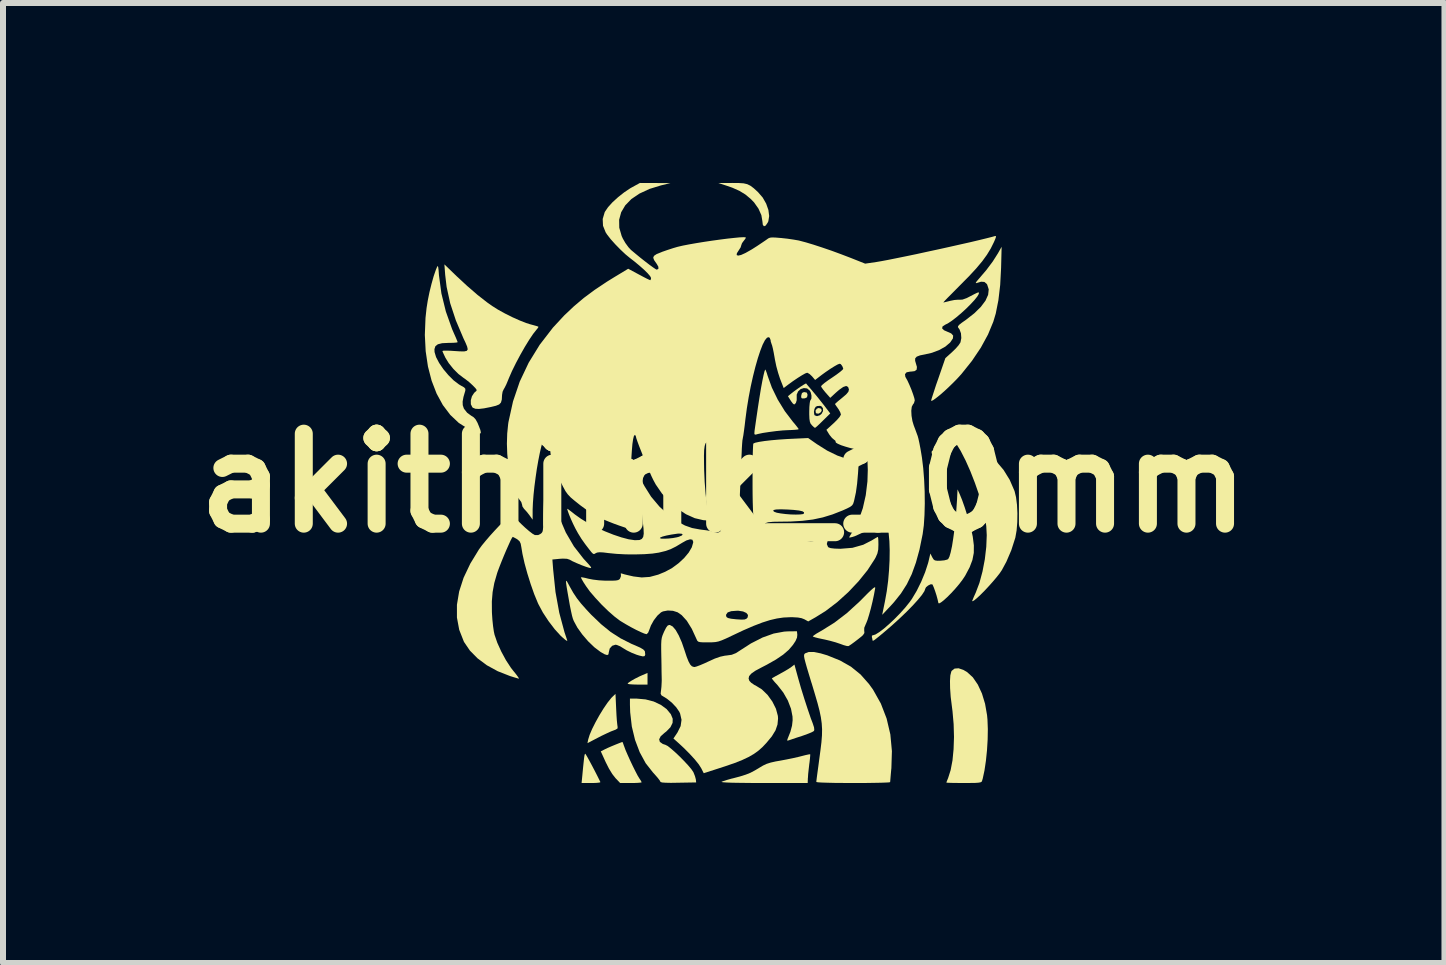
<source format=kicad_pcb>
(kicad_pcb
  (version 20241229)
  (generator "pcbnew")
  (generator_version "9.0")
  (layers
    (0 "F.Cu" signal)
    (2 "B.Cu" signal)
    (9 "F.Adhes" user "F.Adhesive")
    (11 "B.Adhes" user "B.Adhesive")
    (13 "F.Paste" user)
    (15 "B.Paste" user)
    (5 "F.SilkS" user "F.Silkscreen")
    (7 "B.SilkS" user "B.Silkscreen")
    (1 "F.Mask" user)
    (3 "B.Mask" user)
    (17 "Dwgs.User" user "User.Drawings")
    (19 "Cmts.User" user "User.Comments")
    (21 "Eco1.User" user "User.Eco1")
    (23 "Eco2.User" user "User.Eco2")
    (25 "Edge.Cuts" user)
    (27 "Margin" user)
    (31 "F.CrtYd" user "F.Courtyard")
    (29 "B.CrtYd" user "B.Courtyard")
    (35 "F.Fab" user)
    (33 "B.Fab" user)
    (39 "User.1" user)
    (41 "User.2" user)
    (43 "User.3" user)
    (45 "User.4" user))
  (footprint "akithimk_10mm"
    (layer "F.Cu")
    (at 9.014 5.001)
    (property "Reference" "akithimk_10mm" (at 0 0 0) (layer "F.SilkS") (effects (font (size 1.5 1.5) (thickness 0.3))))
    (attr board_only exclude_from_pos_files exclude_from_bom)
    (fp_poly (pts (xy 1.624 -1.238) (xy 1.634 -1.208) (xy 1.621 -1.181) (xy 1.584 -1.156) (xy 1.548 -1.158) (xy 1.535 -1.171) (xy 1.531 -1.207) (xy 1.553 -1.239) (xy 1.584 -1.25)) (stroke (width 0) (type solid)) (fill yes) (layer "F.SilkS"))
    (fp_poly (pts (xy 1.385 -1.506) (xy 1.397 -1.474) (xy 1.397 -1.465) (xy 1.389 -1.428) (xy 1.356 -1.412) (xy 1.342 -1.41) (xy 1.303 -1.41) (xy 1.291 -1.429) (xy 1.293 -1.459) (xy 1.305 -1.5) (xy 1.335 -1.514) (xy 1.348 -1.514)) (stroke (width 0) (type solid)) (fill yes) (layer "F.SilkS"))
    (fp_poly (pts (xy -1.27 3.264) (xy -1.27 3.361) (xy -1.436 3.361) (xy -1.511 3.359) (xy -1.568 3.355) (xy -1.599 3.349) (xy -1.602 3.346) (xy -1.585 3.327) (xy -1.541 3.298) (xy -1.478 3.262) (xy -1.404 3.225) (xy -1.357 3.204) (xy -1.27 3.167)) (stroke (width 0) (type solid)) (fill yes) (layer "F.SilkS"))
    (fp_poly (pts (xy 3.587 -0.559) (xy 3.586 -0.54) (xy 3.579 -0.49) (xy 3.568 -0.418) (xy 3.557 -0.342) (xy 3.524 -0.127) (xy 3.499 -0.303) (xy 3.487 -0.385) (xy 3.476 -0.454) (xy 3.468 -0.501) (xy 3.466 -0.511) (xy 3.471 -0.535) (xy 3.506 -0.55) (xy 3.521 -0.552) (xy 3.565 -0.558) (xy 3.587 -0.56)) (stroke (width 0) (type solid)) (fill yes) (layer "F.SilkS"))
    (fp_poly (pts (xy -2.296 4.53) (xy -2.27 4.574) (xy -2.235 4.638) (xy -2.193 4.716) (xy -2.149 4.8) (xy -2.107 4.882) (xy -2.07 4.957) (xy -2.055 4.987) (xy -2.07 4.994) (xy -2.115 4.999) (xy -2.182 5.002) (xy -2.208 5.002) (xy -2.369 5.002) (xy -2.356 4.87) (xy -2.344 4.742) (xy -2.334 4.648) (xy -2.327 4.583) (xy -2.321 4.543) (xy -2.315 4.521) (xy -2.309 4.514) (xy -2.308 4.513)) (stroke (width 0) (type solid)) (fill yes) (layer "F.SilkS"))
    (fp_poly (pts (xy -1.792 3.776) (xy -1.787 3.875) (xy -1.781 3.962) (xy -1.774 4.028) (xy -1.769 4.065) (xy -1.768 4.067) (xy -1.77 4.092) (xy -1.801 4.112) (xy -1.83 4.123) (xy -1.88 4.142) (xy -1.952 4.175) (xy -2.036 4.215) (xy -2.088 4.242) (xy -2.271 4.337) (xy -2.259 4.277) (xy -2.235 4.199) (xy -2.193 4.1) (xy -2.136 3.987) (xy -2.071 3.87) (xy -2.002 3.758) (xy -1.934 3.659) (xy -1.873 3.583) (xy -1.849 3.559) (xy -1.804 3.516)) (stroke (width 0) (type solid)) (fill yes) (layer "F.SilkS"))
    (fp_poly (pts (xy 0.252 -5) (xy 0.331 -4.995) (xy 0.392 -4.981) (xy 0.445 -4.955) (xy 0.5 -4.914) (xy 0.567 -4.853) (xy 0.573 -4.847) (xy 0.65 -4.758) (xy 0.708 -4.656) (xy 0.745 -4.551) (xy 0.758 -4.45) (xy 0.744 -4.362) (xy 0.734 -4.341) (xy 0.7 -4.291) (xy 0.671 -4.279) (xy 0.652 -4.304) (xy 0.645 -4.363) (xy 0.628 -4.464) (xy 0.58 -4.572) (xy 0.507 -4.676) (xy 0.451 -4.734) (xy 0.361 -4.809) (xy 0.263 -4.869) (xy 0.144 -4.922) (xy 0.049 -4.955) (xy -0.088 -5) (xy 0.144 -5.001)) (stroke (width 0) (type solid)) (fill yes) (layer "F.SilkS"))
    (fp_poly (pts (xy -1.679 4.335) (xy -1.665 4.376) (xy -1.659 4.391) (xy -1.637 4.451) (xy -1.602 4.532) (xy -1.56 4.625) (xy -1.515 4.72) (xy -1.471 4.808) (xy -1.434 4.879) (xy -1.408 4.922) (xy -1.381 4.963) (xy -1.368 4.988) (xy -1.368 4.99) (xy -1.386 4.995) (xy -1.434 4.999) (xy -1.505 5.002) (xy -1.547 5.002) (xy -1.726 5.002) (xy -1.806 4.918) (xy -1.858 4.851) (xy -1.914 4.759) (xy -1.967 4.654) (xy -1.967 4.654) (xy -2.049 4.474) (xy -1.974 4.436) (xy -1.932 4.416) (xy -1.872 4.39) (xy -1.807 4.363) (xy -1.747 4.339) (xy -1.703 4.322) (xy -1.687 4.318)) (stroke (width 0) (type solid)) (fill yes) (layer "F.SilkS"))
    (fp_poly (pts (xy 0.701 -1.878) (xy 0.717 -1.836) (xy 0.733 -1.784) (xy 0.803 -1.59) (xy 0.901 -1.389) (xy 1.019 -1.197) (xy 1.149 -1.026) (xy 1.197 -0.969) (xy 1.232 -0.924) (xy 1.25 -0.899) (xy 1.25 -0.897) (xy 1.232 -0.891) (xy 1.184 -0.886) (xy 1.115 -0.882) (xy 1.081 -0.881) (xy 0.986 -0.876) (xy 0.875 -0.865) (xy 0.76 -0.85) (xy 0.654 -0.834) (xy 0.569 -0.816) (xy 0.541 -0.808) (xy 0.519 -0.806) (xy 0.511 -0.822) (xy 0.514 -0.866) (xy 0.516 -0.882) (xy 0.544 -1.078) (xy 0.571 -1.262) (xy 0.597 -1.429) (xy 0.621 -1.576) (xy 0.644 -1.7) (xy 0.664 -1.796) (xy 0.68 -1.861) (xy 0.692 -1.891) (xy 0.693 -1.891)) (stroke (width 0) (type solid)) (fill yes) (layer "F.SilkS"))
    (fp_poly (pts (xy 1.442 4.523) (xy 1.442 4.543) (xy 1.438 4.593) (xy 1.43 4.662) (xy 1.427 4.682) (xy 1.417 4.769) (xy 1.408 4.852) (xy 1.404 4.916) (xy 1.403 4.919) (xy 1.4 5.002) (xy 0.666 5.001) (xy 0.453 5.001) (xy 0.279 4.999) (xy 0.144 4.997) (xy 0.046 4.993) (xy -0.014 4.989) (xy -0.036 4.984) (xy -0.035 4.981) (xy -0.001 4.968) (xy 0.059 4.949) (xy 0.134 4.928) (xy 0.152 4.924) (xy 0.273 4.892) (xy 0.368 4.862) (xy 0.448 4.83) (xy 0.523 4.79) (xy 0.593 4.748) (xy 0.657 4.71) (xy 0.717 4.682) (xy 0.783 4.661) (xy 0.867 4.642) (xy 0.942 4.629) (xy 1.048 4.609) (xy 1.156 4.587) (xy 1.252 4.565) (xy 1.299 4.553) (xy 1.366 4.536) (xy 1.417 4.525) (xy 1.441 4.522)) (stroke (width 0) (type solid)) (fill yes) (layer "F.SilkS"))
    (fp_poly (pts (xy 1.242 3.257) (xy 1.289 3.421) (xy 1.343 3.595) (xy 1.399 3.767) (xy 1.452 3.923) (xy 1.483 4.004) (xy 1.506 4.074) (xy 1.51 4.118) (xy 1.503 4.135) (xy 1.476 4.151) (xy 1.421 4.175) (xy 1.348 4.202) (xy 1.303 4.218) (xy 1.221 4.244) (xy 1.15 4.268) (xy 1.1 4.285) (xy 1.086 4.29) (xy 1.059 4.296) (xy 1.061 4.277) (xy 1.064 4.268) (xy 1.112 4.147) (xy 1.139 4.046) (xy 1.149 3.955) (xy 1.147 3.893) (xy 1.122 3.764) (xy 1.069 3.626) (xy 0.993 3.493) (xy 0.901 3.375) (xy 0.897 3.37) (xy 0.849 3.318) (xy 0.816 3.278) (xy 0.803 3.257) (xy 0.803 3.256) (xy 0.823 3.245) (xy 0.868 3.219) (xy 0.93 3.186) (xy 0.947 3.176) (xy 1.019 3.136) (xy 1.084 3.097) (xy 1.128 3.067) (xy 1.131 3.065) (xy 1.179 3.027)) (stroke (width 0) (type solid)) (fill yes) (layer "F.SilkS"))
    (fp_poly (pts (xy 2.526 1.744) (xy 2.525 1.755) (xy 2.505 1.864) (xy 2.48 1.98) (xy 2.452 2.095) (xy 2.423 2.199) (xy 2.397 2.283) (xy 2.375 2.339) (xy 2.373 2.342) (xy 2.343 2.414) (xy 2.342 2.465) (xy 2.343 2.467) (xy 2.345 2.501) (xy 2.322 2.536) (xy 2.297 2.559) (xy 2.243 2.602) (xy 2.182 2.649) (xy 2.126 2.69) (xy 2.085 2.717) (xy 2.081 2.719) (xy 2.054 2.718) (xy 2.002 2.704) (xy 1.944 2.683) (xy 1.867 2.657) (xy 1.77 2.63) (xy 1.672 2.607) (xy 1.656 2.604) (xy 1.58 2.588) (xy 1.522 2.573) (xy 1.489 2.561) (xy 1.485 2.557) (xy 1.501 2.542) (xy 1.543 2.513) (xy 1.605 2.477) (xy 1.632 2.462) (xy 1.845 2.329) (xy 2.053 2.17) (xy 2.263 1.978) (xy 2.317 1.924) (xy 2.399 1.841) (xy 2.458 1.784) (xy 2.497 1.751) (xy 2.518 1.738)) (stroke (width 0) (type solid)) (fill yes) (layer "F.SilkS"))
    (fp_poly (pts (xy 3.995 3.116) (xy 4.057 3.152) (xy 4.153 3.24) (xy 4.236 3.361) (xy 4.305 3.51) (xy 4.357 3.681) (xy 4.39 3.87) (xy 4.397 3.945) (xy 4.403 4.103) (xy 4.4 4.277) (xy 4.389 4.457) (xy 4.371 4.632) (xy 4.347 4.793) (xy 4.318 4.928) (xy 4.306 4.968) (xy 4.299 4.981) (xy 4.281 4.99) (xy 4.248 4.996) (xy 4.193 5) (xy 4.11 5.001) (xy 4.004 5.002) (xy 3.902 5.001) (xy 3.816 5) (xy 3.752 4.998) (xy 3.717 4.996) (xy 3.712 4.994) (xy 3.719 4.973) (xy 3.736 4.931) (xy 3.741 4.919) (xy 3.783 4.787) (xy 3.814 4.624) (xy 3.832 4.438) (xy 3.839 4.234) (xy 3.833 4.021) (xy 3.814 3.804) (xy 3.804 3.726) (xy 3.784 3.566) (xy 3.774 3.422) (xy 3.772 3.301) (xy 3.778 3.207) (xy 3.794 3.144) (xy 3.801 3.131) (xy 3.849 3.094) (xy 3.915 3.089)) (stroke (width 0) (type solid)) (fill yes) (layer "F.SilkS"))
    (fp_poly (pts (xy -1.302 3.608) (xy -1.167 3.643) (xy -1.048 3.699) (xy -0.951 3.77) (xy -0.881 3.855) (xy -0.85 3.931) (xy -0.852 3.999) (xy -0.888 4.072) (xy -0.956 4.142) (xy -0.988 4.167) (xy -1.05 4.222) (xy -1.076 4.273) (xy -1.064 4.317) (xy -1.015 4.351) (xy -0.972 4.365) (xy -0.935 4.384) (xy -0.879 4.428) (xy -0.81 4.488) (xy -0.736 4.558) (xy -0.662 4.633) (xy -0.594 4.706) (xy -0.54 4.77) (xy -0.506 4.82) (xy -0.502 4.829) (xy -0.479 4.887) (xy -0.465 4.939) (xy -0.464 4.946) (xy -0.459 4.992) (xy -0.757 4.997) (xy -0.881 4.999) (xy -0.969 4.997) (xy -1.025 4.993) (xy -1.052 4.985) (xy -1.055 4.98) (xy -1.068 4.957) (xy -1.102 4.913) (xy -1.151 4.857) (xy -1.181 4.824) (xy -1.301 4.671) (xy -1.4 4.489) (xy -1.478 4.283) (xy -1.532 4.059) (xy -1.559 3.822) (xy -1.563 3.698) (xy -1.563 3.595) (xy -1.447 3.595)) (stroke (width 0) (type solid)) (fill yes) (layer "F.SilkS"))
    (fp_poly (pts (xy -2.611 1.645) (xy -2.591 1.681) (xy -2.564 1.731) (xy -2.507 1.832) (xy -2.447 1.922) (xy -2.378 2.01) (xy -2.292 2.107) (xy -2.21 2.195) (xy -2.044 2.354) (xy -1.884 2.484) (xy -1.719 2.59) (xy -1.539 2.681) (xy -1.475 2.708) (xy -1.392 2.745) (xy -1.341 2.775) (xy -1.316 2.802) (xy -1.313 2.813) (xy -1.308 2.861) (xy -1.318 2.886) (xy -1.347 2.891) (xy -1.404 2.878) (xy -1.45 2.864) (xy -1.533 2.831) (xy -1.615 2.791) (xy -1.668 2.759) (xy -1.726 2.723) (xy -1.779 2.701) (xy -1.803 2.696) (xy -1.859 2.714) (xy -1.9 2.759) (xy -1.915 2.82) (xy -1.921 2.857) (xy -1.942 2.869) (xy -1.984 2.856) (xy -2.051 2.818) (xy -2.054 2.816) (xy -2.156 2.739) (xy -2.26 2.639) (xy -2.357 2.526) (xy -2.44 2.41) (xy -2.499 2.301) (xy -2.514 2.263) (xy -2.528 2.214) (xy -2.545 2.137) (xy -2.564 2.044) (xy -2.579 1.959) (xy -2.602 1.829) (xy -2.618 1.734) (xy -2.627 1.671) (xy -2.629 1.637) (xy -2.624 1.63)) (stroke (width 0) (type solid)) (fill yes) (layer "F.SilkS"))
    (fp_poly (pts (xy 1.615 2.84) (xy 1.726 2.873) (xy 1.939 2.959) (xy 2.122 3.063) (xy 2.281 3.192) (xy 2.42 3.349) (xy 2.49 3.446) (xy 2.62 3.678) (xy 2.716 3.927) (xy 2.778 4.192) (xy 2.804 4.47) (xy 2.795 4.758) (xy 2.794 4.763) (xy 2.786 4.85) (xy 2.78 4.922) (xy 2.776 4.971) (xy 2.774 4.987) (xy 2.756 4.991) (xy 2.703 4.994) (xy 2.62 4.997) (xy 2.512 4.999) (xy 2.383 5.001) (xy 2.239 5.002) (xy 2.159 5.002) (xy 1.996 5.001) (xy 1.853 5) (xy 1.732 4.997) (xy 1.638 4.994) (xy 1.574 4.99) (xy 1.545 4.985) (xy 1.544 4.984) (xy 1.546 4.96) (xy 1.553 4.903) (xy 1.564 4.821) (xy 1.578 4.719) (xy 1.592 4.611) (xy 1.613 4.455) (xy 1.629 4.323) (xy 1.638 4.21) (xy 1.64 4.107) (xy 1.634 4.008) (xy 1.62 3.907) (xy 1.597 3.796) (xy 1.564 3.669) (xy 1.52 3.518) (xy 1.466 3.338) (xy 1.461 3.324) (xy 1.418 3.182) (xy 1.385 3.072) (xy 1.362 2.99) (xy 1.347 2.932) (xy 1.34 2.893) (xy 1.34 2.868) (xy 1.345 2.853) (xy 1.355 2.842) (xy 1.358 2.84) (xy 1.416 2.818) (xy 1.501 2.818)) (stroke (width 0) (type solid)) (fill yes) (layer "F.SilkS"))
    (fp_poly (pts (xy 3.898 -0.859) (xy 3.899 -0.858) (xy 3.929 -0.833) (xy 3.984 -0.792) (xy 4.058 -0.739) (xy 4.144 -0.68) (xy 4.182 -0.655) (xy 4.377 -0.514) (xy 4.536 -0.37) (xy 4.665 -0.218) (xy 4.767 -0.053) (xy 4.846 0.129) (xy 4.849 0.137) (xy 4.873 0.237) (xy 4.889 0.363) (xy 4.896 0.505) (xy 4.894 0.651) (xy 4.883 0.789) (xy 4.862 0.909) (xy 4.857 0.926) (xy 4.794 1.122) (xy 4.712 1.313) (xy 4.637 1.452) (xy 4.599 1.508) (xy 4.546 1.575) (xy 4.483 1.649) (xy 4.415 1.725) (xy 4.346 1.799) (xy 4.28 1.865) (xy 4.222 1.919) (xy 4.177 1.956) (xy 4.149 1.972) (xy 4.142 1.967) (xy 4.15 1.947) (xy 4.169 1.9) (xy 4.197 1.838) (xy 4.201 1.829) (xy 4.263 1.666) (xy 4.314 1.476) (xy 4.353 1.272) (xy 4.377 1.066) (xy 4.385 0.87) (xy 4.377 0.719) (xy 4.353 0.561) (xy 4.311 0.383) (xy 4.255 0.192) (xy 4.187 -0.003) (xy 4.112 -0.195) (xy 4.032 -0.375) (xy 3.95 -0.535) (xy 3.869 -0.667) (xy 3.847 -0.698) (xy 3.806 -0.755) (xy 3.787 -0.793) (xy 3.784 -0.822) (xy 3.794 -0.849) (xy 3.822 -0.89) (xy 3.856 -0.893)) (stroke (width 0) (type solid)) (fill yes) (layer "F.SilkS"))
    (fp_poly (pts (xy 4.624 -3.585) (xy 4.609 -3.3) (xy 4.579 -3.046) (xy 4.535 -2.824) (xy 4.494 -2.687) (xy 4.406 -2.475) (xy 4.286 -2.255) (xy 4.138 -2.035) (xy 3.966 -1.82) (xy 3.902 -1.749) (xy 3.832 -1.677) (xy 3.757 -1.604) (xy 3.681 -1.533) (xy 3.609 -1.47) (xy 3.545 -1.419) (xy 3.496 -1.383) (xy 3.466 -1.368) (xy 3.458 -1.372) (xy 3.464 -1.398) (xy 3.482 -1.455) (xy 3.508 -1.535) (xy 3.54 -1.634) (xy 3.577 -1.739) (xy 3.695 -2.081) (xy 3.808 -2.183) (xy 3.867 -2.24) (xy 3.916 -2.296) (xy 3.945 -2.341) (xy 3.947 -2.344) (xy 3.961 -2.416) (xy 3.955 -2.495) (xy 3.93 -2.562) (xy 3.917 -2.579) (xy 3.905 -2.597) (xy 3.907 -2.614) (xy 3.926 -2.637) (xy 3.969 -2.671) (xy 4.039 -2.72) (xy 4.178 -2.829) (xy 4.287 -2.936) (xy 4.364 -3.039) (xy 4.408 -3.137) (xy 4.418 -3.227) (xy 4.392 -3.307) (xy 4.384 -3.319) (xy 4.346 -3.351) (xy 4.291 -3.355) (xy 4.214 -3.332) (xy 4.211 -3.331) (xy 4.201 -3.334) (xy 4.217 -3.361) (xy 4.259 -3.41) (xy 4.26 -3.411) (xy 4.377 -3.548) (xy 4.485 -3.692) (xy 4.572 -3.829) (xy 4.573 -3.831) (xy 4.633 -3.937)) (stroke (width 0) (type solid)) (fill yes) (layer "F.SilkS"))
    (fp_poly (pts (xy 1.388 -1.641) (xy 1.422 -1.601) (xy 1.468 -1.547) (xy 1.487 -1.524) (xy 1.553 -1.445) (xy 1.623 -1.357) (xy 1.684 -1.28) (xy 1.685 -1.278) (xy 1.776 -1.159) (xy 1.654 -1.039) (xy 1.599 -0.985) (xy 1.554 -0.943) (xy 1.526 -0.921) (xy 1.522 -0.918) (xy 1.503 -0.931) (xy 1.47 -0.962) (xy 1.469 -0.964) (xy 1.448 -0.99) (xy 1.436 -1.023) (xy 1.429 -1.071) (xy 1.426 -1.144) (xy 1.426 -1.185) (xy 1.504 -1.185) (xy 1.51 -1.14) (xy 1.517 -1.127) (xy 1.555 -1.114) (xy 1.601 -1.128) (xy 1.63 -1.151) (xy 1.656 -1.199) (xy 1.654 -1.246) (xy 1.628 -1.279) (xy 1.606 -1.286) (xy 1.558 -1.282) (xy 1.533 -1.269) (xy 1.513 -1.234) (xy 1.504 -1.185) (xy 1.426 -1.185) (xy 1.426 -1.187) (xy 1.428 -1.267) (xy 1.434 -1.331) (xy 1.441 -1.37) (xy 1.446 -1.377) (xy 1.462 -1.408) (xy 1.463 -1.458) (xy 1.45 -1.512) (xy 1.435 -1.539) (xy 1.39 -1.576) (xy 1.336 -1.582) (xy 1.283 -1.565) (xy 1.24 -1.526) (xy 1.217 -1.473) (xy 1.217 -1.436) (xy 1.217 -1.38) (xy 1.203 -1.333) (xy 1.179 -1.31) (xy 1.173 -1.309) (xy 1.153 -1.324) (xy 1.124 -1.362) (xy 1.114 -1.378) (xy 1.071 -1.446) (xy 1.117 -1.484) (xy 1.165 -1.522) (xy 1.223 -1.564) (xy 1.281 -1.605) (xy 1.331 -1.637) (xy 1.365 -1.656) (xy 1.374 -1.659)) (stroke (width 0) (type solid)) (fill yes) (layer "F.SilkS"))
    (fp_poly (pts (xy -4.759 -3.596) (xy -4.753 -3.548) (xy -4.747 -3.466) (xy -4.746 -3.458) (xy -4.706 -3.16) (xy -4.632 -2.859) (xy -4.528 -2.566) (xy -4.495 -2.49) (xy -4.466 -2.425) (xy -4.445 -2.374) (xy -4.435 -2.348) (xy -4.435 -2.347) (xy -4.453 -2.341) (xy -4.501 -2.337) (xy -4.569 -2.335) (xy -4.59 -2.335) (xy -4.694 -2.33) (xy -4.765 -2.312) (xy -4.806 -2.28) (xy -4.822 -2.231) (xy -4.82 -2.182) (xy -4.795 -2.098) (xy -4.744 -2.001) (xy -4.674 -1.898) (xy -4.591 -1.799) (xy -4.503 -1.711) (xy -4.415 -1.644) (xy -4.38 -1.623) (xy -4.328 -1.594) (xy -4.307 -1.57) (xy -4.307 -1.543) (xy -4.308 -1.537) (xy -4.338 -1.434) (xy -4.352 -1.357) (xy -4.35 -1.297) (xy -4.333 -1.245) (xy -4.327 -1.234) (xy -4.277 -1.171) (xy -4.212 -1.123) (xy -4.168 -1.095) (xy -4.135 -1.059) (xy -4.104 -1.003) (xy -4.083 -0.952) (xy -4.057 -0.885) (xy -4.048 -0.842) (xy -4.058 -0.823) (xy -4.092 -0.825) (xy -4.153 -0.849) (xy -4.244 -0.893) (xy -4.253 -0.898) (xy -4.415 -1) (xy -4.558 -1.135) (xy -4.682 -1.299) (xy -4.786 -1.49) (xy -4.869 -1.705) (xy -4.93 -1.941) (xy -4.968 -2.196) (xy -4.982 -2.467) (xy -4.971 -2.75) (xy -4.953 -2.917) (xy -4.933 -3.042) (xy -4.905 -3.18) (xy -4.871 -3.318) (xy -4.835 -3.446) (xy -4.799 -3.551) (xy -4.785 -3.585) (xy -4.774 -3.61) (xy -4.765 -3.615)) (stroke (width 0) (type solid)) (fill yes) (layer "F.SilkS"))
    (fp_poly (pts (xy -4.453 -3.448) (xy -4.276 -3.284) (xy -4.105 -3.136) (xy -3.945 -3.011) (xy -3.859 -2.95) (xy -3.762 -2.889) (xy -3.646 -2.825) (xy -3.522 -2.763) (xy -3.401 -2.709) (xy -3.294 -2.667) (xy -3.232 -2.647) (xy -3.165 -2.629) (xy -3.113 -2.614) (xy -3.089 -2.605) (xy -3.089 -2.605) (xy -3.094 -2.588) (xy -3.12 -2.556) (xy -3.121 -2.555) (xy -3.177 -2.484) (xy -3.243 -2.386) (xy -3.316 -2.267) (xy -3.391 -2.135) (xy -3.464 -1.998) (xy -3.53 -1.864) (xy -3.584 -1.74) (xy -3.596 -1.71) (xy -3.624 -1.643) (xy -3.651 -1.589) (xy -3.667 -1.562) (xy -3.686 -1.521) (xy -3.695 -1.466) (xy -3.695 -1.464) (xy -3.699 -1.39) (xy -3.713 -1.341) (xy -3.743 -1.309) (xy -3.797 -1.287) (xy -3.879 -1.267) (xy -3.995 -1.244) (xy -4.08 -1.234) (xy -4.139 -1.237) (xy -4.179 -1.253) (xy -4.19 -1.262) (xy -4.215 -1.312) (xy -4.216 -1.377) (xy -4.197 -1.445) (xy -4.16 -1.502) (xy -4.141 -1.519) (xy -4.121 -1.536) (xy -4.119 -1.553) (xy -4.138 -1.58) (xy -4.181 -1.624) (xy -4.186 -1.629) (xy -4.245 -1.683) (xy -4.308 -1.732) (xy -4.34 -1.754) (xy -4.422 -1.817) (xy -4.507 -1.902) (xy -4.584 -1.998) (xy -4.639 -2.087) (xy -4.666 -2.144) (xy -4.685 -2.186) (xy -4.689 -2.2) (xy -4.671 -2.205) (xy -4.623 -2.206) (xy -4.553 -2.204) (xy -4.508 -2.201) (xy -4.399 -2.194) (xy -4.325 -2.193) (xy -4.282 -2.203) (xy -4.267 -2.228) (xy -4.277 -2.274) (xy -4.306 -2.343) (xy -4.338 -2.41) (xy -4.465 -2.71) (xy -4.559 -2.995) (xy -4.619 -3.269) (xy -4.643 -3.471) (xy -4.656 -3.644)) (stroke (width 0) (type solid)) (fill yes) (layer "F.SilkS"))
    (fp_poly (pts (xy 3.934 0.186) (xy 3.974 0.284) (xy 4.018 0.408) (xy 4.062 0.546) (xy 4.102 0.684) (xy 4.134 0.81) (xy 4.152 0.896) (xy 4.17 1.04) (xy 4.169 1.166) (xy 4.146 1.284) (xy 4.1 1.405) (xy 4.028 1.541) (xy 4.021 1.553) (xy 3.978 1.617) (xy 3.923 1.689) (xy 3.86 1.763) (xy 3.793 1.836) (xy 3.728 1.901) (xy 3.669 1.955) (xy 3.621 1.992) (xy 3.59 2.008) (xy 3.579 2.002) (xy 3.566 1.943) (xy 3.547 1.873) (xy 3.524 1.802) (xy 3.502 1.741) (xy 3.484 1.7) (xy 3.476 1.689) (xy 3.447 1.69) (xy 3.407 1.71) (xy 3.373 1.738) (xy 3.361 1.761) (xy 3.346 1.803) (xy 3.304 1.867) (xy 3.238 1.947) (xy 3.152 2.042) (xy 3.048 2.148) (xy 2.931 2.26) (xy 2.802 2.377) (xy 2.667 2.493) (xy 2.59 2.557) (xy 2.537 2.599) (xy 2.505 2.623) (xy 2.488 2.631) (xy 2.482 2.627) (xy 2.481 2.622) (xy 2.475 2.587) (xy 2.47 2.571) (xy 2.471 2.544) (xy 2.484 2.54) (xy 2.529 2.526) (xy 2.594 2.486) (xy 2.673 2.426) (xy 2.76 2.35) (xy 2.852 2.263) (xy 2.943 2.17) (xy 3.028 2.075) (xy 3.1 1.985) (xy 3.137 1.933) (xy 3.217 1.799) (xy 3.293 1.645) (xy 3.358 1.487) (xy 3.406 1.339) (xy 3.414 1.309) (xy 3.445 1.176) (xy 3.476 1.238) (xy 3.497 1.273) (xy 3.521 1.291) (xy 3.562 1.297) (xy 3.612 1.296) (xy 3.677 1.29) (xy 3.727 1.277) (xy 3.743 1.267) (xy 3.763 1.228) (xy 3.784 1.155) (xy 3.806 1.053) (xy 3.826 0.926) (xy 3.846 0.78) (xy 3.864 0.62) (xy 3.878 0.449) (xy 3.89 0.274) (xy 3.893 0.205) (xy 3.898 0.107)) (stroke (width 0) (type solid)) (fill yes) (layer "F.SilkS"))
    (fp_poly (pts (xy -0.896 2.368) (xy -0.85 2.393) (xy -0.8 2.452) (xy -0.749 2.542) (xy -0.698 2.658) (xy -0.654 2.786) (xy -0.617 2.898) (xy -0.586 2.976) (xy -0.558 3.027) (xy -0.53 3.056) (xy -0.498 3.067) (xy -0.485 3.068) (xy -0.451 3.059) (xy -0.392 3.037) (xy -0.317 3.005) (xy -0.257 2.977) (xy -0.147 2.927) (xy -0.058 2.896) (xy 0.02 2.879) (xy 0.049 2.876) (xy 0.134 2.864) (xy 0.202 2.837) (xy 0.254 2.804) (xy 0.454 2.675) (xy 0.648 2.576) (xy 0.833 2.51) (xy 1.006 2.478) (xy 1.065 2.474) (xy 1.221 2.472) (xy 1.227 2.531) (xy 1.222 2.578) (xy 1.197 2.635) (xy 1.154 2.7) (xy 1.084 2.782) (xy 0.991 2.862) (xy 0.87 2.944) (xy 0.718 3.03) (xy 0.629 3.076) (xy 0.528 3.13) (xy 0.461 3.177) (xy 0.424 3.219) (xy 0.415 3.26) (xy 0.428 3.299) (xy 0.459 3.331) (xy 0.51 3.366) (xy 0.533 3.377) (xy 0.636 3.441) (xy 0.731 3.533) (xy 0.811 3.644) (xy 0.871 3.764) (xy 0.903 3.883) (xy 0.906 3.927) (xy 0.897 4.026) (xy 0.864 4.123) (xy 0.803 4.223) (xy 0.713 4.332) (xy 0.645 4.404) (xy 0.576 4.465) (xy 0.5 4.519) (xy 0.413 4.569) (xy 0.309 4.618) (xy 0.183 4.668) (xy 0.03 4.721) (xy -0.152 4.78) (xy -0.333 4.838) (xy -0.375 4.755) (xy -0.415 4.692) (xy -0.48 4.611) (xy -0.564 4.519) (xy -0.66 4.422) (xy -0.746 4.342) (xy -0.838 4.26) (xy -0.771 4.16) (xy -0.718 4.053) (xy -0.703 3.948) (xy -0.727 3.843) (xy -0.741 3.813) (xy -0.792 3.739) (xy -0.865 3.662) (xy -0.947 3.596) (xy -0.997 3.565) (xy -1.037 3.541) (xy -1.051 3.513) (xy -1.046 3.466) (xy -1.045 3.462) (xy -1.038 3.398) (xy -1.034 3.32) (xy -1.033 3.287) (xy -1.034 3.231) (xy -1.036 3.145) (xy -1.037 3.041) (xy -1.039 2.928) (xy -1.04 2.887) (xy -1.042 2.772) (xy -1.042 2.688) (xy -1.039 2.627) (xy -1.032 2.581) (xy -1.02 2.541) (xy -1.003 2.5) (xy -0.992 2.475) (xy -0.96 2.412) (xy -0.935 2.378) (xy -0.91 2.367)) (stroke (width 0) (type solid)) (fill yes) (layer "F.SilkS"))
    (fp_poly (pts (xy -2.937 -0.08) (xy -2.915 -0.031) (xy -2.889 0.04) (xy -2.862 0.128) (xy -2.836 0.224) (xy -2.814 0.313) (xy -2.739 0.576) (xy -2.632 0.826) (xy -2.497 1.057) (xy -2.337 1.262) (xy -2.317 1.284) (xy -2.258 1.348) (xy -2.222 1.39) (xy -2.209 1.412) (xy -2.215 1.419) (xy -2.238 1.415) (xy -2.239 1.415) (xy -2.297 1.397) (xy -2.373 1.369) (xy -2.454 1.335) (xy -2.524 1.303) (xy -2.567 1.279) (xy -2.612 1.264) (xy -2.682 1.261) (xy -2.732 1.264) (xy -2.856 1.276) (xy -2.843 1.444) (xy -2.804 1.818) (xy -2.741 2.164) (xy -2.654 2.488) (xy -2.607 2.628) (xy -2.613 2.633) (xy -2.642 2.614) (xy -2.687 2.575) (xy -2.715 2.55) (xy -2.817 2.438) (xy -2.92 2.303) (xy -3.014 2.16) (xy -3.088 2.022) (xy -3.097 2.003) (xy -3.159 1.853) (xy -3.218 1.685) (xy -3.273 1.509) (xy -3.32 1.338) (xy -3.355 1.181) (xy -3.372 1.078) (xy -3.384 1.012) (xy -3.403 0.972) (xy -3.436 0.943) (xy -3.446 0.936) (xy -3.489 0.912) (xy -3.515 0.899) (xy -3.517 0.899) (xy -3.53 0.916) (xy -3.554 0.962) (xy -3.585 1.031) (xy -3.623 1.116) (xy -3.662 1.208) (xy -3.701 1.303) (xy -3.736 1.392) (xy -3.765 1.469) (xy -3.777 1.504) (xy -3.824 1.667) (xy -3.852 1.818) (xy -3.865 1.973) (xy -3.864 2.147) (xy -3.863 2.171) (xy -3.856 2.278) (xy -3.845 2.384) (xy -3.832 2.474) (xy -3.82 2.53) (xy -3.774 2.664) (xy -3.708 2.81) (xy -3.63 2.954) (xy -3.547 3.081) (xy -3.508 3.131) (xy -3.461 3.189) (xy -3.428 3.234) (xy -3.413 3.259) (xy -3.414 3.262) (xy -3.439 3.256) (xy -3.49 3.241) (xy -3.557 3.22) (xy -3.566 3.217) (xy -3.767 3.138) (xy -3.948 3.039) (xy -4.104 2.923) (xy -4.231 2.794) (xy -4.325 2.656) (xy -4.333 2.641) (xy -4.409 2.447) (xy -4.447 2.243) (xy -4.447 2.03) (xy -4.41 1.809) (xy -4.336 1.58) (xy -4.224 1.344) (xy -4.08 1.108) (xy -4.031 1.041) (xy -3.967 0.963) (xy -3.894 0.878) (xy -3.816 0.792) (xy -3.739 0.71) (xy -3.666 0.637) (xy -3.604 0.579) (xy -3.557 0.541) (xy -3.531 0.528) (xy -3.504 0.543) (xy -3.471 0.578) (xy -3.468 0.583) (xy -3.429 0.63) (xy -3.372 0.687) (xy -3.308 0.747) (xy -3.243 0.803) (xy -3.187 0.846) (xy -3.149 0.868) (xy -3.147 0.869) (xy -3.092 0.868) (xy -3.057 0.851) (xy -3.036 0.835) (xy -3.022 0.815) (xy -3.014 0.784) (xy -3.01 0.732) (xy -3.009 0.653) (xy -3.009 0.61) (xy -3.008 0.52) (xy -3.004 0.416) (xy -2.997 0.307) (xy -2.99 0.198) (xy -2.981 0.097) (xy -2.972 0.01) (xy -2.964 -0.055) (xy -2.956 -0.092) (xy -2.952 -0.098)) (stroke (width 0) (type solid)) (fill yes) (layer "F.SilkS"))
    (fp_poly (pts (xy 1.554 -0.647) (xy 1.724 -0.54) (xy 1.894 -0.457) (xy 2.054 -0.401) (xy 2.118 -0.387) (xy 2.252 -0.361) (xy 2.239 -0.16) (xy 2.224 0.011) (xy 2.204 0.157) (xy 2.175 0.29) (xy 2.169 0.313) (xy 2.157 0.349) (xy 2.139 0.375) (xy 2.107 0.399) (xy 2.054 0.426) (xy 1.978 0.46) (xy 1.812 0.525) (xy 1.652 0.574) (xy 1.488 0.609) (xy 1.311 0.631) (xy 1.112 0.643) (xy 0.95 0.645) (xy 0.826 0.647) (xy 0.742 0.655) (xy 0.695 0.67) (xy 0.687 0.693) (xy 0.716 0.725) (xy 0.782 0.768) (xy 0.885 0.824) (xy 0.906 0.834) (xy 1.098 0.915) (xy 1.279 0.961) (xy 1.451 0.971) (xy 1.489 0.969) (xy 1.563 0.96) (xy 1.628 0.95) (xy 1.664 0.941) (xy 1.718 0.924) (xy 1.768 0.911) (xy 1.827 0.899) (xy 1.773 0.929) (xy 1.732 0.968) (xy 1.719 1.018) (xy 1.738 1.064) (xy 1.748 1.074) (xy 1.782 1.086) (xy 1.849 1.094) (xy 1.939 1.097) (xy 1.948 1.097) (xy 2.146 1.081) (xy 2.326 1.03) (xy 2.467 0.958) (xy 2.52 0.926) (xy 2.558 0.904) (xy 2.57 0.899) (xy 2.575 0.917) (xy 2.578 0.963) (xy 2.579 1.029) (xy 2.579 1.029) (xy 2.576 1.111) (xy 2.562 1.175) (xy 2.533 1.241) (xy 2.518 1.268) (xy 2.398 1.453) (xy 2.248 1.639) (xy 2.077 1.82) (xy 1.891 1.988) (xy 1.698 2.135) (xy 1.531 2.239) (xy 1.409 2.308) (xy 1.344 2.272) (xy 1.298 2.254) (xy 1.238 2.243) (xy 1.153 2.238) (xy 1.104 2.238) (xy 0.996 2.243) (xy 0.887 2.259) (xy 0.771 2.286) (xy 0.642 2.327) (xy 0.497 2.383) (xy 0.328 2.456) (xy 0.133 2.548) (xy 0.038 2.593) (xy -0.032 2.623) (xy -0.087 2.642) (xy -0.137 2.652) (xy -0.191 2.656) (xy -0.261 2.657) (xy -0.263 2.657) (xy -0.344 2.657) (xy -0.395 2.653) (xy -0.424 2.645) (xy -0.441 2.629) (xy -0.453 2.603) (xy -0.532 2.431) (xy -0.615 2.297) (xy -0.696 2.208) (xy 0.039 2.208) (xy 0.046 2.234) (xy 0.071 2.251) (xy 0.122 2.263) (xy 0.204 2.272) (xy 0.215 2.273) (xy 0.295 2.278) (xy 0.346 2.276) (xy 0.377 2.265) (xy 0.397 2.244) (xy 0.399 2.241) (xy 0.405 2.201) (xy 0.378 2.167) (xy 0.323 2.142) (xy 0.246 2.13) (xy 0.221 2.13) (xy 0.126 2.137) (xy 0.066 2.158) (xy 0.04 2.195) (xy 0.039 2.208) (xy -0.696 2.208) (xy -0.702 2.202) (xy -0.768 2.156) (xy -0.846 2.131) (xy -0.933 2.126) (xy -1.012 2.141) (xy -1.045 2.157) (xy -1.105 2.211) (xy -1.165 2.289) (xy -1.213 2.375) (xy -1.236 2.437) (xy -1.259 2.495) (xy -1.284 2.52) (xy -1.289 2.52) (xy -1.325 2.51) (xy -1.386 2.484) (xy -1.463 2.447) (xy -1.549 2.402) (xy -1.635 2.353) (xy -1.713 2.306) (xy -1.729 2.296) (xy -1.82 2.227) (xy -1.925 2.135) (xy -2.034 2.029) (xy -2.138 1.917) (xy -2.23 1.81) (xy -2.293 1.723) (xy -2.335 1.659) (xy -2.365 1.607) (xy -2.38 1.577) (xy -2.38 1.573) (xy -2.359 1.573) (xy -2.311 1.582) (xy -2.256 1.596) (xy -2.178 1.611) (xy -2.078 1.623) (xy -1.972 1.629) (xy -1.947 1.629) (xy -1.857 1.629) (xy -1.797 1.626) (xy -1.76 1.619) (xy -1.738 1.606) (xy -1.729 1.595) (xy -1.713 1.554) (xy -1.714 1.528) (xy -1.716 1.507) (xy -1.692 1.511) (xy -1.689 1.513) (xy -1.652 1.524) (xy -1.589 1.539) (xy -1.514 1.556) (xy -1.506 1.558) (xy -1.367 1.575) (xy -1.232 1.566) (xy -1.091 1.528) (xy -0.975 1.48) (xy -0.861 1.418) (xy -0.754 1.339) (xy -0.66 1.252) (xy -0.584 1.161) (xy -0.532 1.073) (xy -0.509 0.994) (xy -0.508 0.981) (xy -0.522 0.946) (xy -0.56 0.939) (xy -0.622 0.958) (xy -0.69 0.996) (xy -0.795 1.059) (xy -0.885 1.104) (xy -0.974 1.135) (xy -1.077 1.16) (xy -1.08 1.161) (xy -1.188 1.177) (xy -1.323 1.187) (xy -1.476 1.191) (xy -1.634 1.19) (xy -1.787 1.182) (xy -1.919 1.169) (xy -2.009 1.158) (xy -2.07 1.155) (xy -2.11 1.16) (xy -2.133 1.17) (xy -2.151 1.181) (xy -2.165 1.185) (xy -2.181 1.178) (xy -2.204 1.155) (xy -2.239 1.111) (xy -2.292 1.042) (xy -2.313 1.014) (xy -2.371 0.932) (xy -2.429 0.838) (xy -2.473 0.758) (xy -2.51 0.683) (xy -2.545 0.606) (xy -2.575 0.534) (xy -2.597 0.475) (xy -2.608 0.438) (xy -2.607 0.43) (xy -2.589 0.441) (xy -2.549 0.471) (xy -2.494 0.514) (xy -2.482 0.524) (xy -2.378 0.598) (xy -2.256 0.672) (xy -2.121 0.742) (xy -1.98 0.806) (xy -1.839 0.862) (xy -1.705 0.907) (xy -1.584 0.939) (xy -1.482 0.954) (xy -1.406 0.951) (xy -1.401 0.95) (xy -1.365 0.933) (xy -1.356 0.92) (xy -1.064 0.92) (xy -1.04 0.928) (xy -0.988 0.929) (xy -0.92 0.926) (xy -0.847 0.918) (xy -0.781 0.906) (xy -0.747 0.897) (xy -0.697 0.875) (xy -0.684 0.856) (xy -0.706 0.845) (xy -0.76 0.844) (xy -0.777 0.846) (xy -0.871 0.86) (xy -0.954 0.876) (xy -1.019 0.893) (xy -1.057 0.909) (xy -1.064 0.92) (xy -1.356 0.92) (xy -1.342 0.9) (xy -1.333 0.846) (xy -1.336 0.764) (xy -1.347 0.662) (xy -1.355 0.597) (xy -1.363 0.511) (xy -1.371 0.411) (xy -1.379 0.304) (xy -1.386 0.198) (xy -1.391 0.1) (xy -1.395 0.017) (xy -1.397 -0.043) (xy -1.396 -0.073) (xy -1.395 -0.075) (xy -1.385 -0.062) (xy -1.361 -0.022) (xy -1.329 0.037) (xy -1.32 0.054) (xy -1.21 0.229) (xy -1.07 0.395) (xy -0.911 0.54) (xy -0.895 0.553) (xy -0.764 0.645) (xy -0.646 0.709) (xy -0.527 0.751) (xy -0.397 0.775) (xy -0.369 0.779) (xy -0.287 0.789) (xy -0.216 0.802) (xy -0.168 0.815) (xy -0.16 0.818) (xy -0.11 0.831) (xy -0.078 0.821) (xy -0.059 0.809) (xy -0.047 0.795) (xy -0.042 0.772) (xy -0.045 0.733) (xy -0.055 0.67) (xy -0.073 0.577) (xy -0.076 0.557) (xy -0.094 0.459) (xy -0.11 0.363) (xy -0.122 0.282) (xy -0.126 0.254) (xy -0.138 0.147) (xy -0.084 0.215) (xy -0.007 0.305) (xy 0.079 0.397) (xy 0.166 0.482) (xy 0.248 0.553) (xy 0.315 0.603) (xy 0.332 0.614) (xy 0.393 0.644) (xy 0.433 0.654) (xy 0.464 0.647) (xy 0.469 0.644) (xy 0.494 0.627) (xy 0.502 0.6) (xy 0.498 0.552) (xy 0.494 0.531) (xy 0.49 0.488) (xy 0.489 0.467) (xy 0.827 0.467) (xy 0.844 0.481) (xy 0.885 0.496) (xy 0.951 0.508) (xy 1.032 0.518) (xy 1.119 0.525) (xy 1.202 0.527) (xy 1.273 0.525) (xy 1.321 0.519) (xy 1.337 0.51) (xy 1.339 0.489) (xy 1.312 0.472) (xy 1.255 0.459) (xy 1.164 0.449) (xy 1.07 0.443) (xy 0.953 0.439) (xy 0.873 0.442) (xy 0.831 0.451) (xy 0.827 0.467) (xy 0.489 0.467) (xy 0.487 0.415) (xy 0.484 0.319) (xy 0.482 0.204) (xy 0.481 0.078) (xy 0.481 -0.055) (xy 0.481 -0.188) (xy 0.482 -0.315) (xy 0.483 -0.43) (xy 0.486 -0.528) (xy 0.489 -0.602) (xy 0.492 -0.647) (xy 0.495 -0.658) (xy 0.526 -0.671) (xy 0.59 -0.685) (xy 0.68 -0.699) (xy 0.792 -0.712) (xy 0.917 -0.723) (xy 1.051 -0.732) (xy 1.11 -0.735) (xy 1.408 -0.749)) (stroke (width 0) (type solid)) (fill yes) (layer "F.SilkS"))
    (fp_poly (pts (xy -1.143 -5) (xy -0.889 -4.999) (xy -1.044 -4.961) (xy -1.239 -4.901) (xy -1.404 -4.824) (xy -1.539 -4.733) (xy -1.641 -4.628) (xy -1.709 -4.513) (xy -1.743 -4.388) (xy -1.741 -4.255) (xy -1.701 -4.117) (xy -1.682 -4.075) (xy -1.639 -4) (xy -1.587 -3.929) (xy -1.546 -3.885) (xy -1.473 -3.824) (xy -1.394 -3.759) (xy -1.314 -3.696) (xy -1.24 -3.639) (xy -1.178 -3.594) (xy -1.135 -3.565) (xy -1.117 -3.556) (xy -1.089 -3.568) (xy -1.089 -3.603) (xy -1.117 -3.654) (xy -1.121 -3.658) (xy -1.16 -3.715) (xy -1.175 -3.755) (xy -1.162 -3.786) (xy -1.119 -3.815) (xy -1.042 -3.846) (xy -1.026 -3.853) (xy -0.937 -3.884) (xy -0.845 -3.914) (xy -0.77 -3.936) (xy -0.762 -3.938) (xy -0.68 -3.957) (xy -0.577 -3.977) (xy -0.457 -3.998) (xy -0.328 -4.019) (xy -0.194 -4.039) (xy -0.063 -4.057) (xy 0.061 -4.073) (xy 0.172 -4.085) (xy 0.263 -4.094) (xy 0.33 -4.097) (xy 0.365 -4.095) (xy 0.368 -4.093) (xy 0.363 -4.074) (xy 0.338 -4.041) (xy 0.335 -4.038) (xy 0.305 -3.997) (xy 0.293 -3.963) (xy 0.282 -3.927) (xy 0.254 -3.883) (xy 0.254 -3.883) (xy 0.22 -3.83) (xy 0.216 -3.799) (xy 0.241 -3.79) (xy 0.29 -3.801) (xy 0.363 -3.834) (xy 0.457 -3.887) (xy 0.48 -3.901) (xy 0.56 -3.952) (xy 0.633 -4.001) (xy 0.691 -4.04) (xy 0.714 -4.056) (xy 0.743 -4.077) (xy 0.772 -4.089) (xy 0.809 -4.093) (xy 0.865 -4.091) (xy 0.948 -4.084) (xy 0.962 -4.083) (xy 1.062 -4.072) (xy 1.164 -4.057) (xy 1.251 -4.042) (xy 1.274 -4.036) (xy 1.372 -4.01) (xy 1.498 -3.972) (xy 1.642 -3.925) (xy 1.797 -3.872) (xy 1.952 -3.815) (xy 2.101 -3.758) (xy 2.122 -3.75) (xy 2.358 -3.656) (xy 2.549 -3.684) (xy 2.63 -3.698) (xy 2.742 -3.719) (xy 2.881 -3.747) (xy 3.039 -3.779) (xy 3.212 -3.815) (xy 3.395 -3.855) (xy 3.581 -3.895) (xy 3.766 -3.936) (xy 3.943 -3.976) (xy 4.108 -4.013) (xy 4.255 -4.048) (xy 4.378 -4.078) (xy 4.473 -4.102) (xy 4.519 -4.115) (xy 4.536 -4.117) (xy 4.539 -4.103) (xy 4.527 -4.067) (xy 4.505 -4.016) (xy 4.452 -3.909) (xy 4.388 -3.804) (xy 4.309 -3.695) (xy 4.21 -3.577) (xy 4.088 -3.445) (xy 3.961 -3.317) (xy 3.873 -3.228) (xy 3.795 -3.149) (xy 3.731 -3.085) (xy 3.686 -3.038) (xy 3.663 -3.012) (xy 3.662 -3.009) (xy 3.684 -3.013) (xy 3.733 -3.025) (xy 3.776 -3.036) (xy 3.845 -3.05) (xy 3.907 -3.055) (xy 3.933 -3.054) (xy 3.981 -3.057) (xy 4.051 -3.082) (xy 4.115 -3.115) (xy 4.178 -3.148) (xy 4.226 -3.171) (xy 4.252 -3.178) (xy 4.253 -3.178) (xy 4.253 -3.152) (xy 4.227 -3.108) (xy 4.18 -3.049) (xy 4.116 -2.98) (xy 4.042 -2.906) (xy 3.962 -2.833) (xy 3.881 -2.764) (xy 3.803 -2.704) (xy 3.735 -2.659) (xy 3.692 -2.638) (xy 3.648 -2.609) (xy 3.641 -2.577) (xy 3.672 -2.546) (xy 3.722 -2.524) (xy 3.792 -2.493) (xy 3.825 -2.457) (xy 3.821 -2.41) (xy 3.781 -2.35) (xy 3.772 -2.339) (xy 3.696 -2.274) (xy 3.591 -2.215) (xy 3.471 -2.17) (xy 3.363 -2.145) (xy 3.273 -2.127) (xy 3.218 -2.106) (xy 3.192 -2.077) (xy 3.191 -2.037) (xy 3.2 -2.006) (xy 3.221 -1.934) (xy 3.216 -1.888) (xy 3.182 -1.864) (xy 3.117 -1.856) (xy 3.107 -1.856) (xy 3.049 -1.845) (xy 3.022 -1.814) (xy 3.028 -1.769) (xy 3.036 -1.755) (xy 3.064 -1.705) (xy 3.096 -1.635) (xy 3.129 -1.556) (xy 3.157 -1.479) (xy 3.177 -1.416) (xy 3.185 -1.377) (xy 3.172 -1.331) (xy 3.155 -1.309) (xy 3.135 -1.27) (xy 3.127 -1.204) (xy 3.131 -1.121) (xy 3.146 -1.032) (xy 3.167 -0.962) (xy 3.195 -0.888) (xy 3.221 -0.817) (xy 3.234 -0.782) (xy 3.246 -0.738) (xy 3.262 -0.665) (xy 3.28 -0.571) (xy 3.298 -0.464) (xy 3.305 -0.42) (xy 3.326 -0.247) (xy 3.341 -0.056) (xy 3.35 0.144) (xy 3.352 0.344) (xy 3.347 0.535) (xy 3.336 0.706) (xy 3.317 0.849) (xy 3.315 0.86) (xy 3.264 1.11) (xy 3.204 1.328) (xy 3.135 1.519) (xy 3.053 1.688) (xy 2.955 1.842) (xy 2.839 1.987) (xy 2.791 2.04) (xy 2.642 2.198) (xy 2.688 1.973) (xy 2.718 1.806) (xy 2.741 1.632) (xy 2.756 1.456) (xy 2.765 1.285) (xy 2.767 1.122) (xy 2.762 0.972) (xy 2.75 0.841) (xy 2.732 0.733) (xy 2.707 0.653) (xy 2.675 0.606) (xy 2.67 0.602) (xy 2.639 0.599) (xy 2.591 0.623) (xy 2.524 0.674) (xy 2.476 0.717) (xy 2.344 0.815) (xy 2.189 0.886) (xy 2.146 0.9) (xy 2.107 0.909) (xy 2.091 0.908) (xy 2.091 0.908) (xy 2.1 0.889) (xy 2.126 0.846) (xy 2.162 0.788) (xy 2.168 0.778) (xy 2.252 0.613) (xy 2.319 0.42) (xy 2.368 0.204) (xy 2.396 -0.026) (xy 2.402 -0.219) (xy 2.397 -0.356) (xy 2.383 -0.457) (xy 2.359 -0.523) (xy 2.325 -0.556) (xy 2.281 -0.559) (xy 2.239 -0.558) (xy 2.178 -0.567) (xy 2.104 -0.584) (xy 2.028 -0.606) (xy 1.958 -0.629) (xy 1.903 -0.653) (xy 1.87 -0.673) (xy 1.867 -0.685) (xy 1.86 -0.706) (xy 1.839 -0.722) (xy 1.805 -0.751) (xy 1.767 -0.798) (xy 1.756 -0.814) (xy 1.712 -0.886) (xy 1.833 -0.996) (xy 1.889 -1.051) (xy 1.931 -1.1) (xy 1.952 -1.135) (xy 1.954 -1.142) (xy 1.942 -1.18) (xy 1.914 -1.23) (xy 1.905 -1.242) (xy 1.875 -1.285) (xy 1.857 -1.312) (xy 1.856 -1.316) (xy 1.87 -1.332) (xy 1.908 -1.365) (xy 1.962 -1.409) (xy 1.973 -1.418) (xy 2.041 -1.476) (xy 2.078 -1.52) (xy 2.088 -1.558) (xy 2.075 -1.597) (xy 2.072 -1.601) (xy 2.042 -1.617) (xy 1.992 -1.6) (xy 1.922 -1.551) (xy 1.865 -1.501) (xy 1.776 -1.419) (xy 1.699 -1.506) (xy 1.658 -1.556) (xy 1.63 -1.596) (xy 1.623 -1.613) (xy 1.638 -1.631) (xy 1.679 -1.666) (xy 1.74 -1.711) (xy 1.807 -1.756) (xy 1.881 -1.807) (xy 1.941 -1.852) (xy 1.98 -1.886) (xy 1.993 -1.903) (xy 1.982 -1.937) (xy 1.966 -1.963) (xy 1.949 -1.983) (xy 1.93 -1.987) (xy 1.897 -1.974) (xy 1.844 -1.944) (xy 1.777 -1.902) (xy 1.698 -1.848) (xy 1.636 -1.803) (xy 1.524 -1.717) (xy 1.473 -1.777) (xy 1.433 -1.815) (xy 1.397 -1.836) (xy 1.39 -1.837) (xy 1.359 -1.826) (xy 1.304 -1.795) (xy 1.234 -1.751) (xy 1.154 -1.697) (xy 1.073 -1.638) (xy 1.052 -1.622) (xy 1 -1.582) (xy 0.939 -1.738) (xy 0.908 -1.833) (xy 0.877 -1.946) (xy 0.854 -2.057) (xy 0.849 -2.086) (xy 0.834 -2.171) (xy 0.819 -2.244) (xy 0.806 -2.295) (xy 0.8 -2.31) (xy 0.784 -2.359) (xy 0.782 -2.381) (xy 0.768 -2.418) (xy 0.752 -2.43) (xy 0.722 -2.422) (xy 0.687 -2.379) (xy 0.649 -2.305) (xy 0.61 -2.204) (xy 0.569 -2.08) (xy 0.528 -1.936) (xy 0.488 -1.777) (xy 0.45 -1.606) (xy 0.416 -1.428) (xy 0.386 -1.245) (xy 0.362 -1.063) (xy 0.361 -1.055) (xy 0.349 -0.952) (xy 0.337 -0.862) (xy 0.327 -0.792) (xy 0.319 -0.75) (xy 0.318 -0.742) (xy 0.312 -0.711) (xy 0.307 -0.651) (xy 0.302 -0.572) (xy 0.3 -0.518) (xy 0.296 -0.427) (xy 0.291 -0.31) (xy 0.286 -0.18) (xy 0.28 -0.049) (xy 0.278 0) (xy 0.264 0.322) (xy 0.16 0.195) (xy 0.04 0.021) (xy -0.064 -0.188) (xy -0.152 -0.43) (xy -0.161 -0.459) (xy -0.193 -0.561) (xy -0.219 -0.629) (xy -0.241 -0.667) (xy -0.259 -0.68) (xy -0.285 -0.678) (xy -0.304 -0.658) (xy -0.317 -0.616) (xy -0.326 -0.549) (xy -0.329 -0.453) (xy -0.328 -0.324) (xy -0.326 -0.215) (xy -0.317 -0.015) (xy -0.302 0.177) (xy -0.283 0.354) (xy -0.259 0.505) (xy -0.243 0.584) (xy -0.239 0.61) (xy -0.248 0.623) (xy -0.278 0.625) (xy -0.338 0.62) (xy -0.341 0.62) (xy -0.482 0.587) (xy -0.627 0.522) (xy -0.771 0.429) (xy -0.907 0.311) (xy -1.03 0.175) (xy -1.133 0.025) (xy -1.173 -0.049) (xy -1.204 -0.113) (xy -1.241 -0.198) (xy -1.283 -0.297) (xy -1.326 -0.402) (xy -1.367 -0.506) (xy -1.405 -0.602) (xy -1.436 -0.685) (xy -1.457 -0.746) (xy -1.465 -0.779) (xy -1.465 -0.78) (xy -1.477 -0.8) (xy -1.482 -0.801) (xy -1.497 -0.782) (xy -1.51 -0.73) (xy -1.522 -0.648) (xy -1.531 -0.542) (xy -1.539 -0.418) (xy -1.545 -0.28) (xy -1.549 -0.132) (xy -1.55 0.019) (xy -1.549 0.168) (xy -1.545 0.312) (xy -1.538 0.444) (xy -1.528 0.559) (xy -1.525 0.584) (xy -1.517 0.664) (xy -1.512 0.729) (xy -1.511 0.769) (xy -1.513 0.777) (xy -1.535 0.776) (xy -1.586 0.762) (xy -1.658 0.739) (xy -1.743 0.71) (xy -1.834 0.677) (xy -1.922 0.642) (xy -2.001 0.61) (xy -2.059 0.583) (xy -2.17 0.523) (xy -2.275 0.456) (xy -2.388 0.374) (xy -2.487 0.295) (xy -2.552 0.24) (xy -2.599 0.19) (xy -2.638 0.136) (xy -2.677 0.064) (xy -2.709 0.000175) (xy -2.771 -0.14) (xy -2.823 -0.273) (xy -2.862 -0.391) (xy -2.886 -0.487) (xy -2.892 -0.544) (xy -2.898 -0.6) (xy -2.913 -0.662) (xy -2.933 -0.719) (xy -2.954 -0.761) (xy -2.973 -0.777) (xy -2.975 -0.777) (xy -2.995 -0.752) (xy -3.017 -0.694) (xy -3.041 -0.607) (xy -3.066 -0.498) (xy -3.091 -0.372) (xy -3.115 -0.234) (xy -3.136 -0.089) (xy -3.155 0.056) (xy -3.17 0.197) (xy -3.18 0.329) (xy -3.185 0.445) (xy -3.185 0.467) (xy -3.185 0.612) (xy -3.24 0.535) (xy -3.28 0.484) (xy -3.317 0.443) (xy -3.328 0.432) (xy -3.355 0.392) (xy -3.361 0.362) (xy -3.375 0.317) (xy -3.402 0.281) (xy -3.452 0.216) (xy -3.497 0.118) (xy -3.536 -0.007) (xy -3.568 -0.153) (xy -3.592 -0.313) (xy -3.608 -0.483) (xy -3.614 -0.654) (xy -3.609 -0.823) (xy -3.593 -0.982) (xy -3.588 -1.016) (xy -3.512 -1.36) (xy -3.4 -1.69) (xy -3.251 -2.005) (xy -3.067 -2.304) (xy -2.847 -2.589) (xy -2.657 -2.794) (xy -2.497 -2.945) (xy -2.331 -3.085) (xy -2.152 -3.218) (xy -1.95 -3.353) (xy -1.822 -3.432) (xy -1.592 -3.571) (xy -1.415 -3.476) (xy -1.34 -3.436) (xy -1.278 -3.404) (xy -1.237 -3.385) (xy -1.224 -3.38) (xy -1.214 -3.396) (xy -1.211 -3.417) (xy -1.226 -3.447) (xy -1.267 -3.495) (xy -1.329 -3.556) (xy -1.407 -3.625) (xy -1.494 -3.697) (xy -1.563 -3.75) (xy -1.638 -3.812) (xy -1.722 -3.891) (xy -1.807 -3.978) (xy -1.884 -4.064) (xy -1.944 -4.141) (xy -1.968 -4.178) (xy -2.012 -4.288) (xy -2.017 -4.401) (xy -1.984 -4.513) (xy -1.978 -4.524) (xy -1.929 -4.596) (xy -1.855 -4.678) (xy -1.762 -4.763) (xy -1.661 -4.843) (xy -1.56 -4.911) (xy -1.539 -4.923) (xy -1.397 -5.001)) (stroke (width 0) (type solid)) (fill yes) (layer "F.SilkS")))
  (gr_rect
    (start -3 -3)
    (end 21.029 13.003)
    (stroke (width 0.1) (type default))
    (fill no)
    (layer "Edge.Cuts")))
</source>
